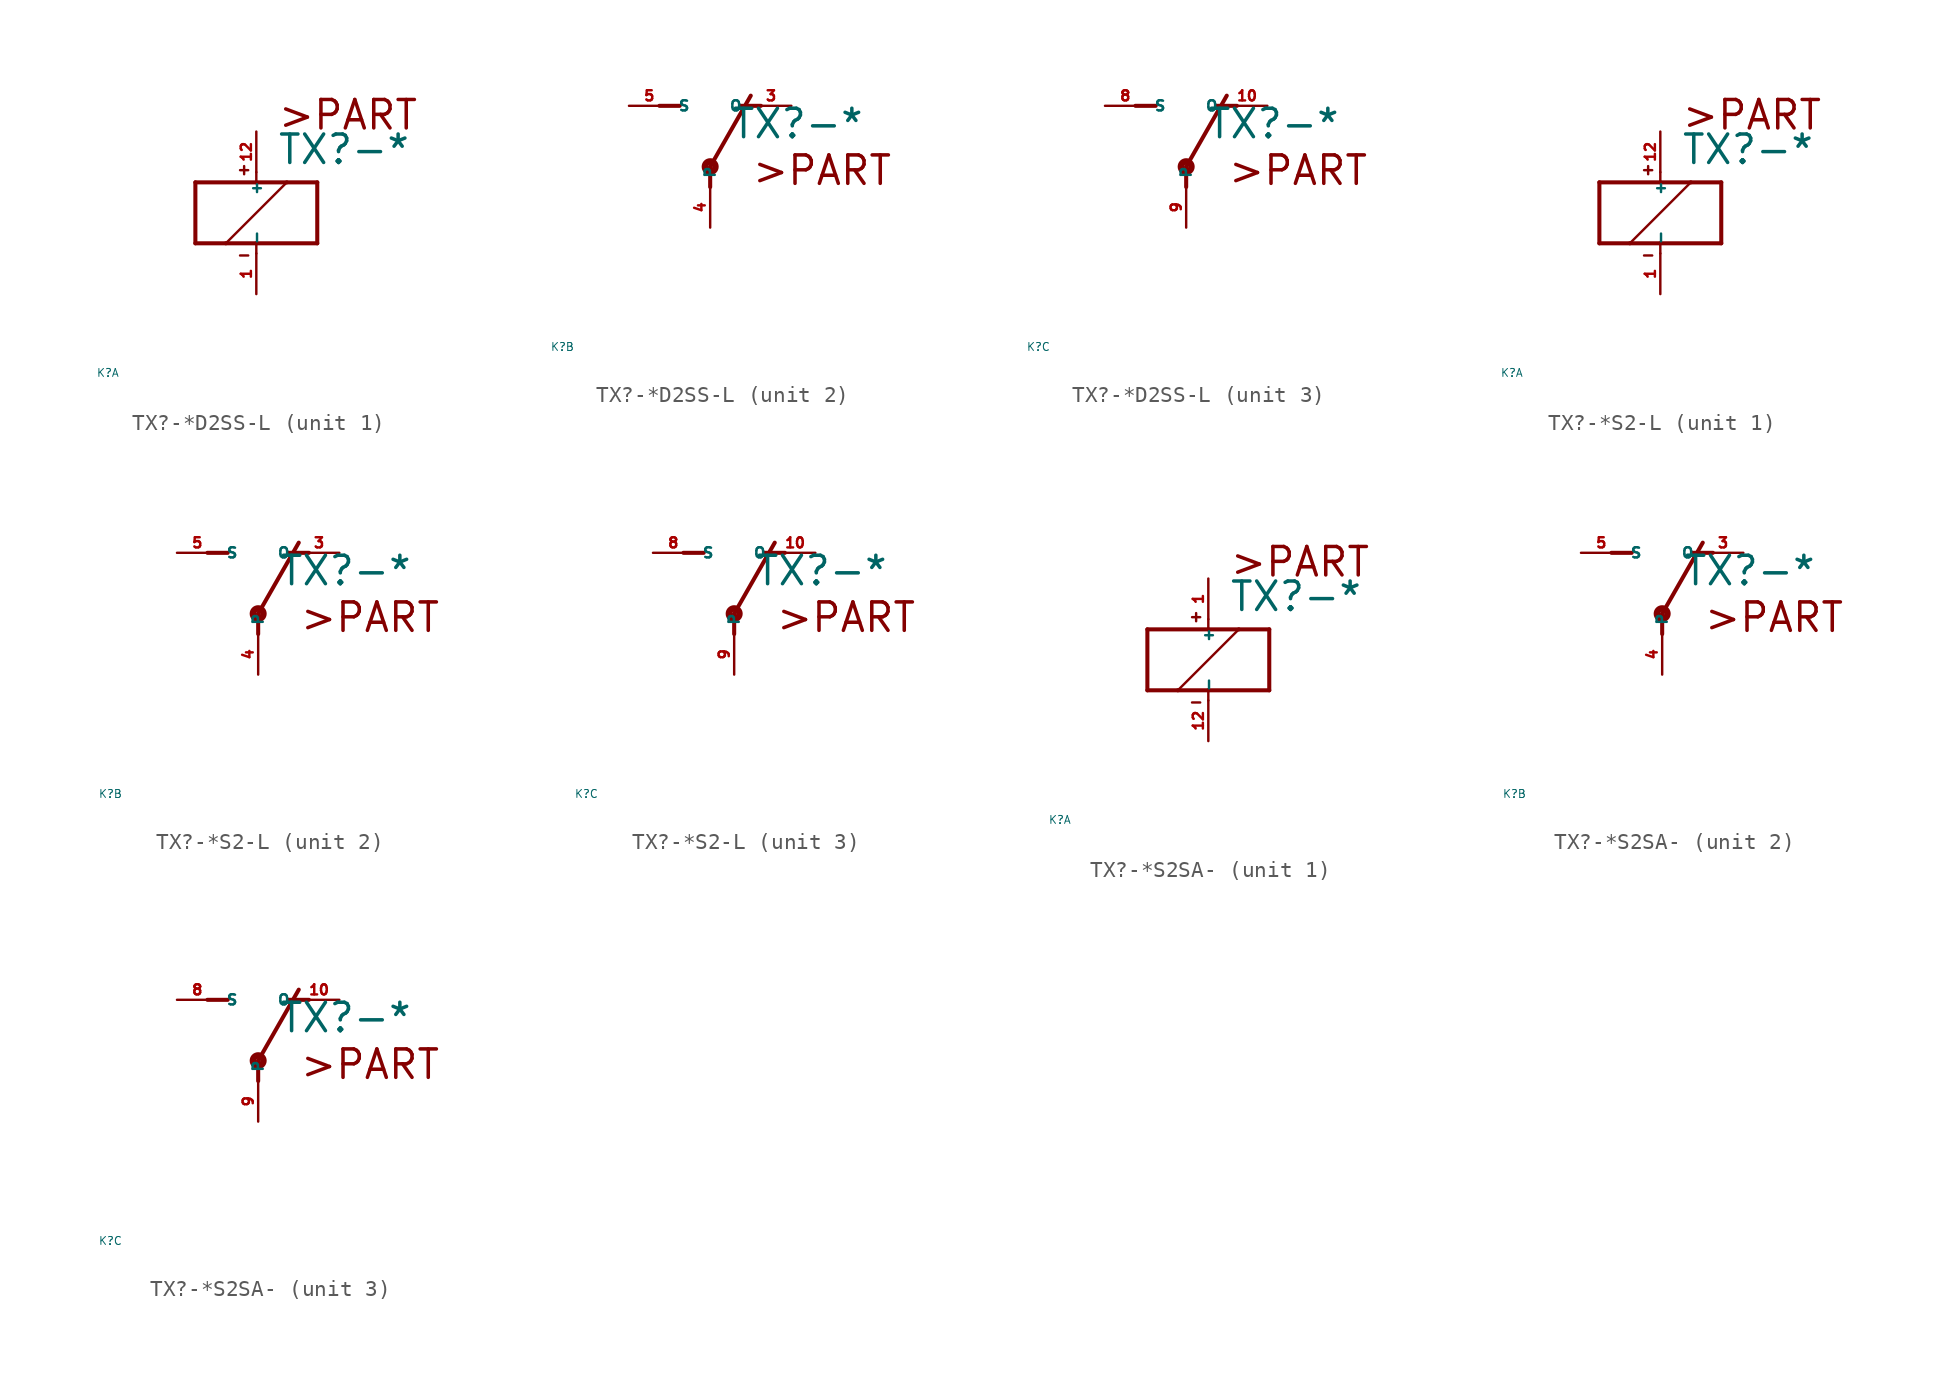
<source format=kicad_sym>
(kicad_symbol_lib
  (version 20220914)
  (generator Eagle2Kicad)
  (symbol "TX?-*D2SS-L"
    (property "Reference" "K"
      (at -10 -10 0)
      (effects (font (size 0.5 0.5) (thickness 0.06)) (justify left)))
    (property "Value" "TX?-*"
      (at 1.27 2.921 0)
      (effects (font (size 1.778 1.778) (thickness 0.22)) (justify left bottom)))
    (symbol "TX?-*D2SS-L_1_0"
      (polyline (pts (xy -3.81 -1.905) (xy -1.905 -1.905)) (stroke (width 0.254) (type default)) (fill (type none)))
      (polyline (pts (xy 3.81 -1.905) (xy 3.81 1.905)) (stroke (width 0.254) (type default)) (fill (type none)))
      (polyline (pts (xy 3.81 1.905) (xy 1.905 1.905)) (stroke (width 0.254) (type default)) (fill (type none)))
      (polyline (pts (xy -3.81 1.905) (xy -3.81 -1.905)) (stroke (width 0.254) (type default)) (fill (type none)))
      (polyline (pts (xy 0 -2.54) (xy 0 -1.905)) (stroke (width 0.152) (type default)) (fill (type none)))
      (polyline (pts (xy 0 -1.905) (xy 3.81 -1.905)) (stroke (width 0.254) (type default)) (fill (type none)))
      (polyline (pts (xy 0 2.54) (xy 0 1.905)) (stroke (width 0.152) (type default)) (fill (type none)))
      (polyline (pts (xy 0 1.905) (xy -3.81 1.905)) (stroke (width 0.254) (type default)) (fill (type none)))
      (polyline (pts (xy -1.905 -1.905) (xy 1.905 1.905)) (stroke (width 0.152) (type default)) (fill (type none)))
      (polyline (pts (xy -1.905 -1.905) (xy 0 -1.905)) (stroke (width 0.254) (type default)) (fill (type none)))
      (polyline (pts (xy 1.905 1.905) (xy 0 1.905)) (stroke (width 0.254) (type default)) (fill (type none)))
      (polyline (pts (xy -1.016 2.667) (xy -0.508 2.667)) (stroke (width 0.152) (type default)) (fill (type none)))
      (polyline (pts (xy -0.762 2.921) (xy -0.762 2.413)) (stroke (width 0.152) (type default)) (fill (type none)))
      (polyline (pts (xy -1.016 -2.667) (xy -0.508 -2.667)) (stroke (width 0.152) (type default)) (fill (type none)))
      (text ">PART" (at 1.27 5.08 0) (effects (font (size 1.778 1.778) (thickness 0.22)) (justify left bottom)))
      (pin passive line (at 0 -5.08 90) (length 2.54) (name "-" (effects (font (size 0.635 0.635) (thickness 0.08)) (justify left bottom))) (number "1" (effects (font (size 0.635 0.635) (thickness 0.08)) (justify left bottom))))
      (pin passive line (at 0 5.08 270) (length 2.54) (name "+" (effects (font (size 0.635 0.635) (thickness 0.08)) (justify left bottom))) (number "12" (effects (font (size 0.635 0.635) (thickness 0.08)) (justify left bottom)))))
    (symbol "TX?-*D2SS-L_2_0"
      (polyline (pts (xy 3.175 5.08) (xy 1.905 5.08)) (stroke (width 0.254) (type default)) (fill (type none)))
      (polyline (pts (xy -3.175 5.08) (xy -1.905 5.08)) (stroke (width 0.254) (type default)) (fill (type none)))
      (polyline (pts (xy 0 1.27) (xy 2.54 5.715)) (stroke (width 0.254) (type default)) (fill (type none)))
      (polyline (pts (xy 0 1.27) (xy 0 0)) (stroke (width 0.254) (type default)) (fill (type none)))
      (text ">PART" (at 2.54 0 0) (effects (font (size 1.778 1.778) (thickness 0.22)) (justify left bottom)))
      (circle (center 0 1.27) (radius 0.127) (stroke (width 0.406) (type default)) (fill (type none)))
      (pin passive line (at 5.08 5.08 180) (length 2.54) (name "O" (effects (font (size 0.635 0.635) (thickness 0.08)) (justify left bottom))) (number "3" (effects (font (size 0.635 0.635) (thickness 0.08)) (justify left bottom))))
      (pin passive line (at -5.08 5.08 0) (length 2.54) (name "S" (effects (font (size 0.635 0.635) (thickness 0.08)) (justify left bottom))) (number "5" (effects (font (size 0.635 0.635) (thickness 0.08)) (justify left bottom))))
      (pin passive line (at 0 -2.54 90) (length 2.54) (name "P" (effects (font (size 0.635 0.635) (thickness 0.08)) (justify left bottom))) (number "4" (effects (font (size 0.635 0.635) (thickness 0.08)) (justify left bottom)))))
    (symbol "TX?-*D2SS-L_3_0"
      (polyline (pts (xy 3.175 5.08) (xy 1.905 5.08)) (stroke (width 0.254) (type default)) (fill (type none)))
      (polyline (pts (xy -3.175 5.08) (xy -1.905 5.08)) (stroke (width 0.254) (type default)) (fill (type none)))
      (polyline (pts (xy 0 1.27) (xy 2.54 5.715)) (stroke (width 0.254) (type default)) (fill (type none)))
      (polyline (pts (xy 0 1.27) (xy 0 0)) (stroke (width 0.254) (type default)) (fill (type none)))
      (text ">PART" (at 2.54 0 0) (effects (font (size 1.778 1.778) (thickness 0.22)) (justify left bottom)))
      (circle (center 0 1.27) (radius 0.127) (stroke (width 0.406) (type default)) (fill (type none)))
      (pin passive line (at 5.08 5.08 180) (length 2.54) (name "O" (effects (font (size 0.635 0.635) (thickness 0.08)) (justify left bottom))) (number "10" (effects (font (size 0.635 0.635) (thickness 0.08)) (justify left bottom))))
      (pin passive line (at -5.08 5.08 0) (length 2.54) (name "S" (effects (font (size 0.635 0.635) (thickness 0.08)) (justify left bottom))) (number "8" (effects (font (size 0.635 0.635) (thickness 0.08)) (justify left bottom))))
      (pin passive line (at 0 -2.54 90) (length 2.54) (name "P" (effects (font (size 0.635 0.635) (thickness 0.08)) (justify left bottom))) (number "9" (effects (font (size 0.635 0.635) (thickness 0.08)) (justify left bottom))))))
  (symbol "TX?-*S2-L"
    (property "Reference" "K"
      (at -10 -10 0)
      (effects (font (size 0.5 0.5) (thickness 0.06)) (justify left)))
    (property "Value" "TX?-*"
      (at 1.27 2.921 0)
      (effects (font (size 1.778 1.778) (thickness 0.22)) (justify left bottom)))
    (symbol "TX?-*S2-L_1_0"
      (polyline (pts (xy -3.81 -1.905) (xy -1.905 -1.905)) (stroke (width 0.254) (type default)) (fill (type none)))
      (polyline (pts (xy 3.81 -1.905) (xy 3.81 1.905)) (stroke (width 0.254) (type default)) (fill (type none)))
      (polyline (pts (xy 3.81 1.905) (xy 1.905 1.905)) (stroke (width 0.254) (type default)) (fill (type none)))
      (polyline (pts (xy -3.81 1.905) (xy -3.81 -1.905)) (stroke (width 0.254) (type default)) (fill (type none)))
      (polyline (pts (xy 0 -2.54) (xy 0 -1.905)) (stroke (width 0.152) (type default)) (fill (type none)))
      (polyline (pts (xy 0 -1.905) (xy 3.81 -1.905)) (stroke (width 0.254) (type default)) (fill (type none)))
      (polyline (pts (xy 0 2.54) (xy 0 1.905)) (stroke (width 0.152) (type default)) (fill (type none)))
      (polyline (pts (xy 0 1.905) (xy -3.81 1.905)) (stroke (width 0.254) (type default)) (fill (type none)))
      (polyline (pts (xy -1.905 -1.905) (xy 1.905 1.905)) (stroke (width 0.152) (type default)) (fill (type none)))
      (polyline (pts (xy -1.905 -1.905) (xy 0 -1.905)) (stroke (width 0.254) (type default)) (fill (type none)))
      (polyline (pts (xy 1.905 1.905) (xy 0 1.905)) (stroke (width 0.254) (type default)) (fill (type none)))
      (polyline (pts (xy -1.016 2.667) (xy -0.508 2.667)) (stroke (width 0.152) (type default)) (fill (type none)))
      (polyline (pts (xy -0.762 2.921) (xy -0.762 2.413)) (stroke (width 0.152) (type default)) (fill (type none)))
      (polyline (pts (xy -1.016 -2.667) (xy -0.508 -2.667)) (stroke (width 0.152) (type default)) (fill (type none)))
      (text ">PART" (at 1.27 5.08 0) (effects (font (size 1.778 1.778) (thickness 0.22)) (justify left bottom)))
      (pin passive line (at 0 -5.08 90) (length 2.54) (name "-" (effects (font (size 0.635 0.635) (thickness 0.08)) (justify left bottom))) (number "1" (effects (font (size 0.635 0.635) (thickness 0.08)) (justify left bottom))))
      (pin passive line (at 0 5.08 270) (length 2.54) (name "+" (effects (font (size 0.635 0.635) (thickness 0.08)) (justify left bottom))) (number "12" (effects (font (size 0.635 0.635) (thickness 0.08)) (justify left bottom)))))
    (symbol "TX?-*S2-L_2_0"
      (polyline (pts (xy 3.175 5.08) (xy 1.905 5.08)) (stroke (width 0.254) (type default)) (fill (type none)))
      (polyline (pts (xy -3.175 5.08) (xy -1.905 5.08)) (stroke (width 0.254) (type default)) (fill (type none)))
      (polyline (pts (xy 0 1.27) (xy 2.54 5.715)) (stroke (width 0.254) (type default)) (fill (type none)))
      (polyline (pts (xy 0 1.27) (xy 0 0)) (stroke (width 0.254) (type default)) (fill (type none)))
      (text ">PART" (at 2.54 0 0) (effects (font (size 1.778 1.778) (thickness 0.22)) (justify left bottom)))
      (circle (center 0 1.27) (radius 0.127) (stroke (width 0.406) (type default)) (fill (type none)))
      (pin passive line (at 5.08 5.08 180) (length 2.54) (name "O" (effects (font (size 0.635 0.635) (thickness 0.08)) (justify left bottom))) (number "3" (effects (font (size 0.635 0.635) (thickness 0.08)) (justify left bottom))))
      (pin passive line (at -5.08 5.08 0) (length 2.54) (name "S" (effects (font (size 0.635 0.635) (thickness 0.08)) (justify left bottom))) (number "5" (effects (font (size 0.635 0.635) (thickness 0.08)) (justify left bottom))))
      (pin passive line (at 0 -2.54 90) (length 2.54) (name "P" (effects (font (size 0.635 0.635) (thickness 0.08)) (justify left bottom))) (number "4" (effects (font (size 0.635 0.635) (thickness 0.08)) (justify left bottom)))))
    (symbol "TX?-*S2-L_3_0"
      (polyline (pts (xy 3.175 5.08) (xy 1.905 5.08)) (stroke (width 0.254) (type default)) (fill (type none)))
      (polyline (pts (xy -3.175 5.08) (xy -1.905 5.08)) (stroke (width 0.254) (type default)) (fill (type none)))
      (polyline (pts (xy 0 1.27) (xy 2.54 5.715)) (stroke (width 0.254) (type default)) (fill (type none)))
      (polyline (pts (xy 0 1.27) (xy 0 0)) (stroke (width 0.254) (type default)) (fill (type none)))
      (text ">PART" (at 2.54 0 0) (effects (font (size 1.778 1.778) (thickness 0.22)) (justify left bottom)))
      (circle (center 0 1.27) (radius 0.127) (stroke (width 0.406) (type default)) (fill (type none)))
      (pin passive line (at 5.08 5.08 180) (length 2.54) (name "O" (effects (font (size 0.635 0.635) (thickness 0.08)) (justify left bottom))) (number "10" (effects (font (size 0.635 0.635) (thickness 0.08)) (justify left bottom))))
      (pin passive line (at -5.08 5.08 0) (length 2.54) (name "S" (effects (font (size 0.635 0.635) (thickness 0.08)) (justify left bottom))) (number "8" (effects (font (size 0.635 0.635) (thickness 0.08)) (justify left bottom))))
      (pin passive line (at 0 -2.54 90) (length 2.54) (name "P" (effects (font (size 0.635 0.635) (thickness 0.08)) (justify left bottom))) (number "9" (effects (font (size 0.635 0.635) (thickness 0.08)) (justify left bottom))))))
  (symbol "TX?-*S2SA-"
    (property "Reference" "K"
      (at -10 -10 0)
      (effects (font (size 0.5 0.5) (thickness 0.06)) (justify left)))
    (property "Value" "TX?-*"
      (at 1.27 2.921 0)
      (effects (font (size 1.778 1.778) (thickness 0.22)) (justify left bottom)))
    (symbol "TX?-*S2SA-_1_0"
      (polyline (pts (xy -3.81 -1.905) (xy -1.905 -1.905)) (stroke (width 0.254) (type default)) (fill (type none)))
      (polyline (pts (xy 3.81 -1.905) (xy 3.81 1.905)) (stroke (width 0.254) (type default)) (fill (type none)))
      (polyline (pts (xy 3.81 1.905) (xy 1.905 1.905)) (stroke (width 0.254) (type default)) (fill (type none)))
      (polyline (pts (xy -3.81 1.905) (xy -3.81 -1.905)) (stroke (width 0.254) (type default)) (fill (type none)))
      (polyline (pts (xy 0 -2.54) (xy 0 -1.905)) (stroke (width 0.152) (type default)) (fill (type none)))
      (polyline (pts (xy 0 -1.905) (xy 3.81 -1.905)) (stroke (width 0.254) (type default)) (fill (type none)))
      (polyline (pts (xy 0 2.54) (xy 0 1.905)) (stroke (width 0.152) (type default)) (fill (type none)))
      (polyline (pts (xy 0 1.905) (xy -3.81 1.905)) (stroke (width 0.254) (type default)) (fill (type none)))
      (polyline (pts (xy -1.905 -1.905) (xy 1.905 1.905)) (stroke (width 0.152) (type default)) (fill (type none)))
      (polyline (pts (xy -1.905 -1.905) (xy 0 -1.905)) (stroke (width 0.254) (type default)) (fill (type none)))
      (polyline (pts (xy 1.905 1.905) (xy 0 1.905)) (stroke (width 0.254) (type default)) (fill (type none)))
      (polyline (pts (xy -1.016 2.667) (xy -0.508 2.667)) (stroke (width 0.152) (type default)) (fill (type none)))
      (polyline (pts (xy -0.762 2.921) (xy -0.762 2.413)) (stroke (width 0.152) (type default)) (fill (type none)))
      (polyline (pts (xy -1.016 -2.667) (xy -0.508 -2.667)) (stroke (width 0.152) (type default)) (fill (type none)))
      (text ">PART" (at 1.27 5.08 0) (effects (font (size 1.778 1.778) (thickness 0.22)) (justify left bottom)))
      (pin passive line (at 0 -5.08 90) (length 2.54) (name "-" (effects (font (size 0.635 0.635) (thickness 0.08)) (justify left bottom))) (number "12" (effects (font (size 0.635 0.635) (thickness 0.08)) (justify left bottom))))
      (pin passive line (at 0 5.08 270) (length 2.54) (name "+" (effects (font (size 0.635 0.635) (thickness 0.08)) (justify left bottom))) (number "1" (effects (font (size 0.635 0.635) (thickness 0.08)) (justify left bottom)))))
    (symbol "TX?-*S2SA-_2_0"
      (polyline (pts (xy 3.175 5.08) (xy 1.905 5.08)) (stroke (width 0.254) (type default)) (fill (type none)))
      (polyline (pts (xy -3.175 5.08) (xy -1.905 5.08)) (stroke (width 0.254) (type default)) (fill (type none)))
      (polyline (pts (xy 0 1.27) (xy 2.54 5.715)) (stroke (width 0.254) (type default)) (fill (type none)))
      (polyline (pts (xy 0 1.27) (xy 0 0)) (stroke (width 0.254) (type default)) (fill (type none)))
      (text ">PART" (at 2.54 0 0) (effects (font (size 1.778 1.778) (thickness 0.22)) (justify left bottom)))
      (circle (center 0 1.27) (radius 0.127) (stroke (width 0.406) (type default)) (fill (type none)))
      (pin passive line (at 5.08 5.08 180) (length 2.54) (name "O" (effects (font (size 0.635 0.635) (thickness 0.08)) (justify left bottom))) (number "3" (effects (font (size 0.635 0.635) (thickness 0.08)) (justify left bottom))))
      (pin passive line (at -5.08 5.08 0) (length 2.54) (name "S" (effects (font (size 0.635 0.635) (thickness 0.08)) (justify left bottom))) (number "5" (effects (font (size 0.635 0.635) (thickness 0.08)) (justify left bottom))))
      (pin passive line (at 0 -2.54 90) (length 2.54) (name "P" (effects (font (size 0.635 0.635) (thickness 0.08)) (justify left bottom))) (number "4" (effects (font (size 0.635 0.635) (thickness 0.08)) (justify left bottom)))))
    (symbol "TX?-*S2SA-_3_0"
      (polyline (pts (xy 3.175 5.08) (xy 1.905 5.08)) (stroke (width 0.254) (type default)) (fill (type none)))
      (polyline (pts (xy -3.175 5.08) (xy -1.905 5.08)) (stroke (width 0.254) (type default)) (fill (type none)))
      (polyline (pts (xy 0 1.27) (xy 2.54 5.715)) (stroke (width 0.254) (type default)) (fill (type none)))
      (polyline (pts (xy 0 1.27) (xy 0 0)) (stroke (width 0.254) (type default)) (fill (type none)))
      (text ">PART" (at 2.54 0 0) (effects (font (size 1.778 1.778) (thickness 0.22)) (justify left bottom)))
      (circle (center 0 1.27) (radius 0.127) (stroke (width 0.406) (type default)) (fill (type none)))
      (pin passive line (at 5.08 5.08 180) (length 2.54) (name "O" (effects (font (size 0.635 0.635) (thickness 0.08)) (justify left bottom))) (number "10" (effects (font (size 0.635 0.635) (thickness 0.08)) (justify left bottom))))
      (pin passive line (at -5.08 5.08 0) (length 2.54) (name "S" (effects (font (size 0.635 0.635) (thickness 0.08)) (justify left bottom))) (number "8" (effects (font (size 0.635 0.635) (thickness 0.08)) (justify left bottom))))
      (pin passive line (at 0 -2.54 90) (length 2.54) (name "P" (effects (font (size 0.635 0.635) (thickness 0.08)) (justify left bottom))) (number "9" (effects (font (size 0.635 0.635) (thickness 0.08)) (justify left bottom)))))))
</source>
